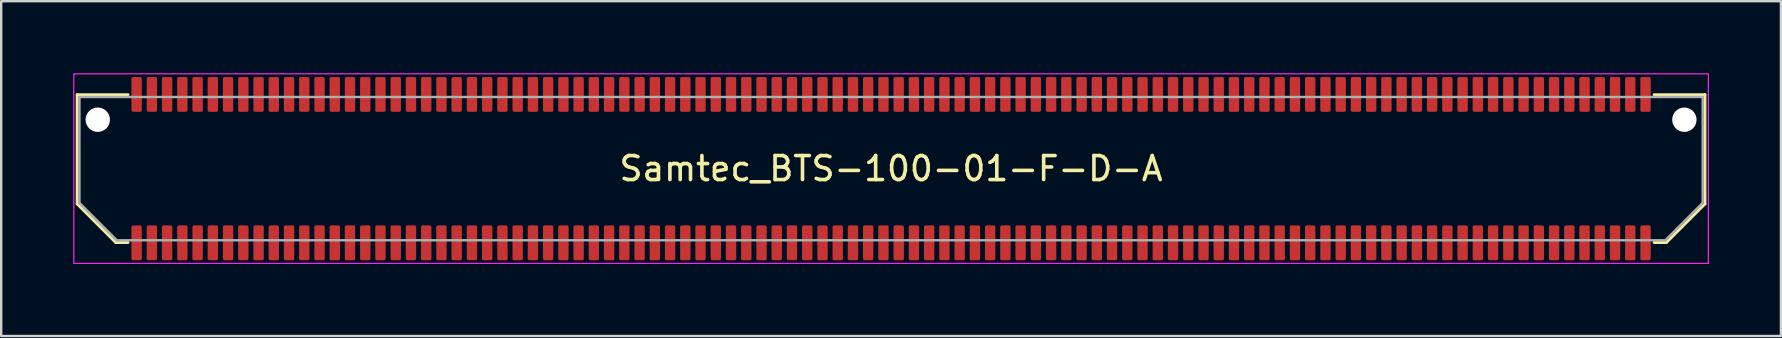
<source format=kicad_pcb>
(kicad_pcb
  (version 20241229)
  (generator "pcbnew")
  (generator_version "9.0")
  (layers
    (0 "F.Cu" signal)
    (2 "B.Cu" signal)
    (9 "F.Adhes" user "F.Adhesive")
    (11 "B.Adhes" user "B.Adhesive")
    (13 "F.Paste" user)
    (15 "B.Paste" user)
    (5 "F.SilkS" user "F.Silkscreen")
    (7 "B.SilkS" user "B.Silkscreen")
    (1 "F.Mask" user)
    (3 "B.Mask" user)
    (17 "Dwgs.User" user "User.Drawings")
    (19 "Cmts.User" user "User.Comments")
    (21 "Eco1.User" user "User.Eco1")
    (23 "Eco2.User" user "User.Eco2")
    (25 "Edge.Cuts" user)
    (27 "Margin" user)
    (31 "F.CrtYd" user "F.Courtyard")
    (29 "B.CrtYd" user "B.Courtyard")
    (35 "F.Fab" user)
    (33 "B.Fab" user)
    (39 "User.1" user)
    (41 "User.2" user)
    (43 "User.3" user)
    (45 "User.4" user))
  (footprint "Samtec_BTS-100-01-F-D-A"
    (layer "F.Cu")
    (at 34.075 3.975)
    (property "Reference" "Samtec_BTS-100-01-F-D-A" (at 0 0 0) (layer "F.SilkS") (effects (font (size 1 1) (thickness 0.15))))
    (attr smd)
    (fp_line (start -33.91 -3.08) (end -33.91 1.47) (stroke (width 0.12) (type default)) (layer "F.SilkS"))
    (fp_line (start -33.91 -3.08) (end -31.79 -3.08) (stroke (width 0.12) (type default)) (layer "F.SilkS"))
    (fp_line (start -33.91 1.47) (end -32.3 3.08) (stroke (width 0.12) (type default)) (layer "F.SilkS"))
    (fp_line (start -32.3 3.08) (end -31.79 3.08) (stroke (width 0.12) (type default)) (layer "F.SilkS"))
    (fp_line (start 32.3 3.08) (end 31.79 3.08) (stroke (width 0.12) (type default)) (layer "F.SilkS"))
    (fp_line (start 33.91 -3.08) (end 31.79 -3.08) (stroke (width 0.12) (type default)) (layer "F.SilkS"))
    (fp_line (start 33.91 -3.08) (end 33.91 1.47) (stroke (width 0.12) (type default)) (layer "F.SilkS"))
    (fp_line (start 33.91 1.47) (end 32.3 3.08) (stroke (width 0.12) (type default)) (layer "F.SilkS"))
    (fp_rect (start -34.05 -3.95) (end 34.05 3.95) (stroke (width 0.05) (type solid)) (fill no) (layer "F.CrtYd"))
    (fp_line (start -33.815 -2.985) (end -33.815 1.429) (stroke (width 0.1) (type solid)) (layer "F.Fab"))
    (fp_line (start -33.815 -2.985) (end 33.815 -2.985) (stroke (width 0.1) (type solid)) (layer "F.Fab"))
    (fp_line (start -32.26 2.985) (end -33.815 1.429) (stroke (width 0.1) (type solid)) (layer "F.Fab"))
    (fp_line (start -32.26 2.985) (end 32.26 2.985) (stroke (width 0.1) (type solid)) (layer "F.Fab"))
    (fp_line (start 32.26 2.985) (end 33.815 1.429) (stroke (width 0.1) (type solid)) (layer "F.Fab"))
    (fp_line (start 33.815 -2.985) (end 33.815 1.429) (stroke (width 0.1) (type solid)) (layer "F.Fab"))
    (pad "" np_thru_hole circle (at -33.052 -2.037) (size 1.016 1.016) (drill 1.016) (layers "*.Cu" "*.Mask"))
    (pad "" np_thru_hole circle (at 33.052 -2.037) (size 1.016 1.016) (drill 1.016) (layers "*.Cu" "*.Mask"))
    (pad "1" smd roundrect (at -31.433 -3.091) (size 0.432 1.448) (layers "F.Cu" "F.Mask" "F.Paste") (roundrect_rratio 0.15))
    (pad "2" smd roundrect (at -31.433 3.091) (size 0.432 1.448) (layers "F.Cu" "F.Mask" "F.Paste") (roundrect_rratio 0.15))
    (pad "3" smd roundrect (at -30.797 -3.091) (size 0.432 1.448) (layers "F.Cu" "F.Mask" "F.Paste") (roundrect_rratio 0.15))
    (pad "4" smd roundrect (at -30.797 3.091) (size 0.432 1.448) (layers "F.Cu" "F.Mask" "F.Paste") (roundrect_rratio 0.15))
    (pad "5" smd roundrect (at -30.163 -3.091) (size 0.432 1.448) (layers "F.Cu" "F.Mask" "F.Paste") (roundrect_rratio 0.15))
    (pad "6" smd roundrect (at -30.163 3.091) (size 0.432 1.448) (layers "F.Cu" "F.Mask" "F.Paste") (roundrect_rratio 0.15))
    (pad "7" smd roundrect (at -29.527 -3.091) (size 0.432 1.448) (layers "F.Cu" "F.Mask" "F.Paste") (roundrect_rratio 0.15))
    (pad "8" smd roundrect (at -29.527 3.091) (size 0.432 1.448) (layers "F.Cu" "F.Mask" "F.Paste") (roundrect_rratio 0.15))
    (pad "9" smd roundrect (at -28.892 -3.091) (size 0.432 1.448) (layers "F.Cu" "F.Mask" "F.Paste") (roundrect_rratio 0.15))
    (pad "10" smd roundrect (at -28.892 3.091) (size 0.432 1.448) (layers "F.Cu" "F.Mask" "F.Paste") (roundrect_rratio 0.15))
    (pad "11" smd roundrect (at -28.258 -3.091) (size 0.432 1.448) (layers "F.Cu" "F.Mask" "F.Paste") (roundrect_rratio 0.15))
    (pad "12" smd roundrect (at -28.258 3.091) (size 0.432 1.448) (layers "F.Cu" "F.Mask" "F.Paste") (roundrect_rratio 0.15))
    (pad "13" smd roundrect (at -27.622 -3.091) (size 0.432 1.448) (layers "F.Cu" "F.Mask" "F.Paste") (roundrect_rratio 0.15))
    (pad "14" smd roundrect (at -27.622 3.091) (size 0.432 1.448) (layers "F.Cu" "F.Mask" "F.Paste") (roundrect_rratio 0.15))
    (pad "15" smd roundrect (at -26.988 -3.091) (size 0.432 1.448) (layers "F.Cu" "F.Mask" "F.Paste") (roundrect_rratio 0.15))
    (pad "16" smd roundrect (at -26.988 3.091) (size 0.432 1.448) (layers "F.Cu" "F.Mask" "F.Paste") (roundrect_rratio 0.15))
    (pad "17" smd roundrect (at -26.352 -3.091) (size 0.432 1.448) (layers "F.Cu" "F.Mask" "F.Paste") (roundrect_rratio 0.15))
    (pad "18" smd roundrect (at -26.352 3.091) (size 0.432 1.448) (layers "F.Cu" "F.Mask" "F.Paste") (roundrect_rratio 0.15))
    (pad "19" smd roundrect (at -25.718 -3.091) (size 0.432 1.448) (layers "F.Cu" "F.Mask" "F.Paste") (roundrect_rratio 0.15))
    (pad "20" smd roundrect (at -25.718 3.091) (size 0.432 1.448) (layers "F.Cu" "F.Mask" "F.Paste") (roundrect_rratio 0.15))
    (pad "21" smd roundrect (at -25.082 -3.091) (size 0.432 1.448) (layers "F.Cu" "F.Mask" "F.Paste") (roundrect_rratio 0.15))
    (pad "22" smd roundrect (at -25.082 3.091) (size 0.432 1.448) (layers "F.Cu" "F.Mask" "F.Paste") (roundrect_rratio 0.15))
    (pad "23" smd roundrect (at -24.448 -3.091) (size 0.432 1.448) (layers "F.Cu" "F.Mask" "F.Paste") (roundrect_rratio 0.15))
    (pad "24" smd roundrect (at -24.448 3.091) (size 0.432 1.448) (layers "F.Cu" "F.Mask" "F.Paste") (roundrect_rratio 0.15))
    (pad "25" smd roundrect (at -23.812 -3.091) (size 0.432 1.448) (layers "F.Cu" "F.Mask" "F.Paste") (roundrect_rratio 0.15))
    (pad "26" smd roundrect (at -23.812 3.091) (size 0.432 1.448) (layers "F.Cu" "F.Mask" "F.Paste") (roundrect_rratio 0.15))
    (pad "27" smd roundrect (at -23.177 -3.091) (size 0.432 1.448) (layers "F.Cu" "F.Mask" "F.Paste") (roundrect_rratio 0.15))
    (pad "28" smd roundrect (at -23.177 3.091) (size 0.432 1.448) (layers "F.Cu" "F.Mask" "F.Paste") (roundrect_rratio 0.15))
    (pad "29" smd roundrect (at -22.543 -3.091) (size 0.432 1.448) (layers "F.Cu" "F.Mask" "F.Paste") (roundrect_rratio 0.15))
    (pad "30" smd roundrect (at -22.543 3.091) (size 0.432 1.448) (layers "F.Cu" "F.Mask" "F.Paste") (roundrect_rratio 0.15))
    (pad "31" smd roundrect (at -21.907 -3.091) (size 0.432 1.448) (layers "F.Cu" "F.Mask" "F.Paste") (roundrect_rratio 0.15))
    (pad "32" smd roundrect (at -21.907 3.091) (size 0.432 1.448) (layers "F.Cu" "F.Mask" "F.Paste") (roundrect_rratio 0.15))
    (pad "33" smd roundrect (at -21.273 -3.091) (size 0.432 1.448) (layers "F.Cu" "F.Mask" "F.Paste") (roundrect_rratio 0.15))
    (pad "34" smd roundrect (at -21.273 3.091) (size 0.432 1.448) (layers "F.Cu" "F.Mask" "F.Paste") (roundrect_rratio 0.15))
    (pad "35" smd roundrect (at -20.637 -3.091) (size 0.432 1.448) (layers "F.Cu" "F.Mask" "F.Paste") (roundrect_rratio 0.15))
    (pad "36" smd roundrect (at -20.637 3.091) (size 0.432 1.448) (layers "F.Cu" "F.Mask" "F.Paste") (roundrect_rratio 0.15))
    (pad "37" smd roundrect (at -20.003 -3.091) (size 0.432 1.448) (layers "F.Cu" "F.Mask" "F.Paste") (roundrect_rratio 0.15))
    (pad "38" smd roundrect (at -20.003 3.091) (size 0.432 1.448) (layers "F.Cu" "F.Mask" "F.Paste") (roundrect_rratio 0.15))
    (pad "39" smd roundrect (at -19.367 -3.091) (size 0.432 1.448) (layers "F.Cu" "F.Mask" "F.Paste") (roundrect_rratio 0.15))
    (pad "40" smd roundrect (at -19.367 3.091) (size 0.432 1.448) (layers "F.Cu" "F.Mask" "F.Paste") (roundrect_rratio 0.15))
    (pad "41" smd roundrect (at -18.733 -3.091) (size 0.432 1.448) (layers "F.Cu" "F.Mask" "F.Paste") (roundrect_rratio 0.15))
    (pad "42" smd roundrect (at -18.733 3.091) (size 0.432 1.448) (layers "F.Cu" "F.Mask" "F.Paste") (roundrect_rratio 0.15))
    (pad "43" smd roundrect (at -18.098 -3.091) (size 0.432 1.448) (layers "F.Cu" "F.Mask" "F.Paste") (roundrect_rratio 0.15))
    (pad "44" smd roundrect (at -18.098 3.091) (size 0.432 1.448) (layers "F.Cu" "F.Mask" "F.Paste") (roundrect_rratio 0.15))
    (pad "45" smd roundrect (at -17.462 -3.091) (size 0.432 1.448) (layers "F.Cu" "F.Mask" "F.Paste") (roundrect_rratio 0.15))
    (pad "46" smd roundrect (at -17.462 3.091) (size 0.432 1.448) (layers "F.Cu" "F.Mask" "F.Paste") (roundrect_rratio 0.15))
    (pad "47" smd roundrect (at -16.828 -3.091) (size 0.432 1.448) (layers "F.Cu" "F.Mask" "F.Paste") (roundrect_rratio 0.15))
    (pad "48" smd roundrect (at -16.828 3.091) (size 0.432 1.448) (layers "F.Cu" "F.Mask" "F.Paste") (roundrect_rratio 0.15))
    (pad "49" smd roundrect (at -16.192 -3.091) (size 0.432 1.448) (layers "F.Cu" "F.Mask" "F.Paste") (roundrect_rratio 0.15))
    (pad "50" smd roundrect (at -16.192 3.091) (size 0.432 1.448) (layers "F.Cu" "F.Mask" "F.Paste") (roundrect_rratio 0.15))
    (pad "51" smd roundrect (at -15.557 -3.091) (size 0.432 1.448) (layers "F.Cu" "F.Mask" "F.Paste") (roundrect_rratio 0.15))
    (pad "52" smd roundrect (at -15.557 3.091) (size 0.432 1.448) (layers "F.Cu" "F.Mask" "F.Paste") (roundrect_rratio 0.15))
    (pad "53" smd roundrect (at -14.922 -3.091) (size 0.432 1.448) (layers "F.Cu" "F.Mask" "F.Paste") (roundrect_rratio 0.15))
    (pad "54" smd roundrect (at -14.922 3.091) (size 0.432 1.448) (layers "F.Cu" "F.Mask" "F.Paste") (roundrect_rratio 0.15))
    (pad "55" smd roundrect (at -14.287 -3.091) (size 0.432 1.448) (layers "F.Cu" "F.Mask" "F.Paste") (roundrect_rratio 0.15))
    (pad "56" smd roundrect (at -14.287 3.091) (size 0.432 1.448) (layers "F.Cu" "F.Mask" "F.Paste") (roundrect_rratio 0.15))
    (pad "57" smd roundrect (at -13.652 -3.091) (size 0.432 1.448) (layers "F.Cu" "F.Mask" "F.Paste") (roundrect_rratio 0.15))
    (pad "58" smd roundrect (at -13.652 3.091) (size 0.432 1.448) (layers "F.Cu" "F.Mask" "F.Paste") (roundrect_rratio 0.15))
    (pad "59" smd roundrect (at -13.018 -3.091) (size 0.432 1.448) (layers "F.Cu" "F.Mask" "F.Paste") (roundrect_rratio 0.15))
    (pad "60" smd roundrect (at -13.018 3.091) (size 0.432 1.448) (layers "F.Cu" "F.Mask" "F.Paste") (roundrect_rratio 0.15))
    (pad "61" smd roundrect (at -12.383 -3.091) (size 0.432 1.448) (layers "F.Cu" "F.Mask" "F.Paste") (roundrect_rratio 0.15))
    (pad "62" smd roundrect (at -12.383 3.091) (size 0.432 1.448) (layers "F.Cu" "F.Mask" "F.Paste") (roundrect_rratio 0.15))
    (pad "63" smd roundrect (at -11.748 -3.091) (size 0.432 1.448) (layers "F.Cu" "F.Mask" "F.Paste") (roundrect_rratio 0.15))
    (pad "64" smd roundrect (at -11.748 3.091) (size 0.432 1.448) (layers "F.Cu" "F.Mask" "F.Paste") (roundrect_rratio 0.15))
    (pad "65" smd roundrect (at -11.113 -3.091) (size 0.432 1.448) (layers "F.Cu" "F.Mask" "F.Paste") (roundrect_rratio 0.15))
    (pad "66" smd roundrect (at -11.113 3.091) (size 0.432 1.448) (layers "F.Cu" "F.Mask" "F.Paste") (roundrect_rratio 0.15))
    (pad "67" smd roundrect (at -10.477 -3.091) (size 0.432 1.448) (layers "F.Cu" "F.Mask" "F.Paste") (roundrect_rratio 0.15))
    (pad "68" smd roundrect (at -10.477 3.091) (size 0.432 1.448) (layers "F.Cu" "F.Mask" "F.Paste") (roundrect_rratio 0.15))
    (pad "69" smd roundrect (at -9.842 -3.091) (size 0.432 1.448) (layers "F.Cu" "F.Mask" "F.Paste") (roundrect_rratio 0.15))
    (pad "70" smd roundrect (at -9.842 3.091) (size 0.432 1.448) (layers "F.Cu" "F.Mask" "F.Paste") (roundrect_rratio 0.15))
    (pad "71" smd roundrect (at -9.207 -3.091) (size 0.432 1.448) (layers "F.Cu" "F.Mask" "F.Paste") (roundrect_rratio 0.15))
    (pad "72" smd roundrect (at -9.207 3.091) (size 0.432 1.448) (layers "F.Cu" "F.Mask" "F.Paste") (roundrect_rratio 0.15))
    (pad "73" smd roundrect (at -8.572 -3.091) (size 0.432 1.448) (layers "F.Cu" "F.Mask" "F.Paste") (roundrect_rratio 0.15))
    (pad "74" smd roundrect (at -8.572 3.091) (size 0.432 1.448) (layers "F.Cu" "F.Mask" "F.Paste") (roundrect_rratio 0.15))
    (pad "75" smd roundrect (at -7.938 -3.091) (size 0.432 1.448) (layers "F.Cu" "F.Mask" "F.Paste") (roundrect_rratio 0.15))
    (pad "76" smd roundrect (at -7.938 3.091) (size 0.432 1.448) (layers "F.Cu" "F.Mask" "F.Paste") (roundrect_rratio 0.15))
    (pad "77" smd roundrect (at -7.303 -3.091) (size 0.432 1.448) (layers "F.Cu" "F.Mask" "F.Paste") (roundrect_rratio 0.15))
    (pad "78" smd roundrect (at -7.303 3.091) (size 0.432 1.448) (layers "F.Cu" "F.Mask" "F.Paste") (roundrect_rratio 0.15))
    (pad "79" smd roundrect (at -6.668 -3.091) (size 0.432 1.448) (layers "F.Cu" "F.Mask" "F.Paste") (roundrect_rratio 0.15))
    (pad "80" smd roundrect (at -6.668 3.091) (size 0.432 1.448) (layers "F.Cu" "F.Mask" "F.Paste") (roundrect_rratio 0.15))
    (pad "81" smd roundrect (at -6.032 -3.091) (size 0.432 1.448) (layers "F.Cu" "F.Mask" "F.Paste") (roundrect_rratio 0.15))
    (pad "82" smd roundrect (at -6.032 3.091) (size 0.432 1.448) (layers "F.Cu" "F.Mask" "F.Paste") (roundrect_rratio 0.15))
    (pad "83" smd roundrect (at -5.397 -3.091) (size 0.432 1.448) (layers "F.Cu" "F.Mask" "F.Paste") (roundrect_rratio 0.15))
    (pad "84" smd roundrect (at -5.397 3.091) (size 0.432 1.448) (layers "F.Cu" "F.Mask" "F.Paste") (roundrect_rratio 0.15))
    (pad "85" smd roundrect (at -4.763 -3.091) (size 0.432 1.448) (layers "F.Cu" "F.Mask" "F.Paste") (roundrect_rratio 0.15))
    (pad "86" smd roundrect (at -4.763 3.091) (size 0.432 1.448) (layers "F.Cu" "F.Mask" "F.Paste") (roundrect_rratio 0.15))
    (pad "87" smd roundrect (at -4.128 -3.091) (size 0.432 1.448) (layers "F.Cu" "F.Mask" "F.Paste") (roundrect_rratio 0.15))
    (pad "88" smd roundrect (at -4.128 3.091) (size 0.432 1.448) (layers "F.Cu" "F.Mask" "F.Paste") (roundrect_rratio 0.15))
    (pad "89" smd roundrect (at -3.493 -3.091) (size 0.432 1.448) (layers "F.Cu" "F.Mask" "F.Paste") (roundrect_rratio 0.15))
    (pad "90" smd roundrect (at -3.493 3.091) (size 0.432 1.448) (layers "F.Cu" "F.Mask" "F.Paste") (roundrect_rratio 0.15))
    (pad "91" smd roundrect (at -2.857 -3.091) (size 0.432 1.448) (layers "F.Cu" "F.Mask" "F.Paste") (roundrect_rratio 0.15))
    (pad "92" smd roundrect (at -2.857 3.091) (size 0.432 1.448) (layers "F.Cu" "F.Mask" "F.Paste") (roundrect_rratio 0.15))
    (pad "93" smd roundrect (at -2.223 -3.091) (size 0.432 1.448) (layers "F.Cu" "F.Mask" "F.Paste") (roundrect_rratio 0.15))
    (pad "94" smd roundrect (at -2.223 3.091) (size 0.432 1.448) (layers "F.Cu" "F.Mask" "F.Paste") (roundrect_rratio 0.15))
    (pad "95" smd roundrect (at -1.587 -3.091) (size 0.432 1.448) (layers "F.Cu" "F.Mask" "F.Paste") (roundrect_rratio 0.15))
    (pad "96" smd roundrect (at -1.587 3.091) (size 0.432 1.448) (layers "F.Cu" "F.Mask" "F.Paste") (roundrect_rratio 0.15))
    (pad "97" smd roundrect (at -0.953 -3.091) (size 0.432 1.448) (layers "F.Cu" "F.Mask" "F.Paste") (roundrect_rratio 0.15))
    (pad "98" smd roundrect (at -0.953 3.091) (size 0.432 1.448) (layers "F.Cu" "F.Mask" "F.Paste") (roundrect_rratio 0.15))
    (pad "99" smd roundrect (at -0.318 -3.091) (size 0.432 1.448) (layers "F.Cu" "F.Mask" "F.Paste") (roundrect_rratio 0.15))
    (pad "100" smd roundrect (at -0.318 3.091) (size 0.432 1.448) (layers "F.Cu" "F.Mask" "F.Paste") (roundrect_rratio 0.15))
    (pad "101" smd roundrect (at 0.318 -3.091) (size 0.432 1.448) (layers "F.Cu" "F.Mask" "F.Paste") (roundrect_rratio 0.15))
    (pad "102" smd roundrect (at 0.318 3.091) (size 0.432 1.448) (layers "F.Cu" "F.Mask" "F.Paste") (roundrect_rratio 0.15))
    (pad "103" smd roundrect (at 0.953 -3.091) (size 0.432 1.448) (layers "F.Cu" "F.Mask" "F.Paste") (roundrect_rratio 0.15))
    (pad "104" smd roundrect (at 0.953 3.091) (size 0.432 1.448) (layers "F.Cu" "F.Mask" "F.Paste") (roundrect_rratio 0.15))
    (pad "105" smd roundrect (at 1.587 -3.091) (size 0.432 1.448) (layers "F.Cu" "F.Mask" "F.Paste") (roundrect_rratio 0.15))
    (pad "106" smd roundrect (at 1.587 3.091) (size 0.432 1.448) (layers "F.Cu" "F.Mask" "F.Paste") (roundrect_rratio 0.15))
    (pad "107" smd roundrect (at 2.223 -3.091) (size 0.432 1.448) (layers "F.Cu" "F.Mask" "F.Paste") (roundrect_rratio 0.15))
    (pad "108" smd roundrect (at 2.223 3.091) (size 0.432 1.448) (layers "F.Cu" "F.Mask" "F.Paste") (roundrect_rratio 0.15))
    (pad "109" smd roundrect (at 2.857 -3.091) (size 0.432 1.448) (layers "F.Cu" "F.Mask" "F.Paste") (roundrect_rratio 0.15))
    (pad "110" smd roundrect (at 2.857 3.091) (size 0.432 1.448) (layers "F.Cu" "F.Mask" "F.Paste") (roundrect_rratio 0.15))
    (pad "111" smd roundrect (at 3.493 -3.091) (size 0.432 1.448) (layers "F.Cu" "F.Mask" "F.Paste") (roundrect_rratio 0.15))
    (pad "112" smd roundrect (at 3.493 3.091) (size 0.432 1.448) (layers "F.Cu" "F.Mask" "F.Paste") (roundrect_rratio 0.15))
    (pad "113" smd roundrect (at 4.128 -3.091) (size 0.432 1.448) (layers "F.Cu" "F.Mask" "F.Paste") (roundrect_rratio 0.15))
    (pad "114" smd roundrect (at 4.128 3.091) (size 0.432 1.448) (layers "F.Cu" "F.Mask" "F.Paste") (roundrect_rratio 0.15))
    (pad "115" smd roundrect (at 4.763 -3.091) (size 0.432 1.448) (layers "F.Cu" "F.Mask" "F.Paste") (roundrect_rratio 0.15))
    (pad "116" smd roundrect (at 4.763 3.091) (size 0.432 1.448) (layers "F.Cu" "F.Mask" "F.Paste") (roundrect_rratio 0.15))
    (pad "117" smd roundrect (at 5.397 -3.091) (size 0.432 1.448) (layers "F.Cu" "F.Mask" "F.Paste") (roundrect_rratio 0.15))
    (pad "118" smd roundrect (at 5.397 3.091) (size 0.432 1.448) (layers "F.Cu" "F.Mask" "F.Paste") (roundrect_rratio 0.15))
    (pad "119" smd roundrect (at 6.032 -3.091) (size 0.432 1.448) (layers "F.Cu" "F.Mask" "F.Paste") (roundrect_rratio 0.15))
    (pad "120" smd roundrect (at 6.032 3.091) (size 0.432 1.448) (layers "F.Cu" "F.Mask" "F.Paste") (roundrect_rratio 0.15))
    (pad "121" smd roundrect (at 6.668 -3.091) (size 0.432 1.448) (layers "F.Cu" "F.Mask" "F.Paste") (roundrect_rratio 0.15))
    (pad "122" smd roundrect (at 6.668 3.091) (size 0.432 1.448) (layers "F.Cu" "F.Mask" "F.Paste") (roundrect_rratio 0.15))
    (pad "123" smd roundrect (at 7.303 -3.091) (size 0.432 1.448) (layers "F.Cu" "F.Mask" "F.Paste") (roundrect_rratio 0.15))
    (pad "124" smd roundrect (at 7.303 3.091) (size 0.432 1.448) (layers "F.Cu" "F.Mask" "F.Paste") (roundrect_rratio 0.15))
    (pad "125" smd roundrect (at 7.938 -3.091) (size 0.432 1.448) (layers "F.Cu" "F.Mask" "F.Paste") (roundrect_rratio 0.15))
    (pad "126" smd roundrect (at 7.938 3.091) (size 0.432 1.448) (layers "F.Cu" "F.Mask" "F.Paste") (roundrect_rratio 0.15))
    (pad "127" smd roundrect (at 8.572 -3.091) (size 0.432 1.448) (layers "F.Cu" "F.Mask" "F.Paste") (roundrect_rratio 0.15))
    (pad "128" smd roundrect (at 8.572 3.091) (size 0.432 1.448) (layers "F.Cu" "F.Mask" "F.Paste") (roundrect_rratio 0.15))
    (pad "129" smd roundrect (at 9.207 -3.091) (size 0.432 1.448) (layers "F.Cu" "F.Mask" "F.Paste") (roundrect_rratio 0.15))
    (pad "130" smd roundrect (at 9.207 3.091) (size 0.432 1.448) (layers "F.Cu" "F.Mask" "F.Paste") (roundrect_rratio 0.15))
    (pad "131" smd roundrect (at 9.842 -3.091) (size 0.432 1.448) (layers "F.Cu" "F.Mask" "F.Paste") (roundrect_rratio 0.15))
    (pad "132" smd roundrect (at 9.842 3.091) (size 0.432 1.448) (layers "F.Cu" "F.Mask" "F.Paste") (roundrect_rratio 0.15))
    (pad "133" smd roundrect (at 10.477 -3.091) (size 0.432 1.448) (layers "F.Cu" "F.Mask" "F.Paste") (roundrect_rratio 0.15))
    (pad "134" smd roundrect (at 10.477 3.091) (size 0.432 1.448) (layers "F.Cu" "F.Mask" "F.Paste") (roundrect_rratio 0.15))
    (pad "135" smd roundrect (at 11.113 -3.091) (size 0.432 1.448) (layers "F.Cu" "F.Mask" "F.Paste") (roundrect_rratio 0.15))
    (pad "136" smd roundrect (at 11.113 3.091) (size 0.432 1.448) (layers "F.Cu" "F.Mask" "F.Paste") (roundrect_rratio 0.15))
    (pad "137" smd roundrect (at 11.748 -3.091) (size 0.432 1.448) (layers "F.Cu" "F.Mask" "F.Paste") (roundrect_rratio 0.15))
    (pad "138" smd roundrect (at 11.748 3.091) (size 0.432 1.448) (layers "F.Cu" "F.Mask" "F.Paste") (roundrect_rratio 0.15))
    (pad "139" smd roundrect (at 12.383 -3.091) (size 0.432 1.448) (layers "F.Cu" "F.Mask" "F.Paste") (roundrect_rratio 0.15))
    (pad "140" smd roundrect (at 12.383 3.091) (size 0.432 1.448) (layers "F.Cu" "F.Mask" "F.Paste") (roundrect_rratio 0.15))
    (pad "141" smd roundrect (at 13.018 -3.091) (size 0.432 1.448) (layers "F.Cu" "F.Mask" "F.Paste") (roundrect_rratio 0.15))
    (pad "142" smd roundrect (at 13.018 3.091) (size 0.432 1.448) (layers "F.Cu" "F.Mask" "F.Paste") (roundrect_rratio 0.15))
    (pad "143" smd roundrect (at 13.652 -3.091) (size 0.432 1.448) (layers "F.Cu" "F.Mask" "F.Paste") (roundrect_rratio 0.15))
    (pad "144" smd roundrect (at 13.652 3.091) (size 0.432 1.448) (layers "F.Cu" "F.Mask" "F.Paste") (roundrect_rratio 0.15))
    (pad "145" smd roundrect (at 14.287 -3.091) (size 0.432 1.448) (layers "F.Cu" "F.Mask" "F.Paste") (roundrect_rratio 0.15))
    (pad "146" smd roundrect (at 14.287 3.091) (size 0.432 1.448) (layers "F.Cu" "F.Mask" "F.Paste") (roundrect_rratio 0.15))
    (pad "147" smd roundrect (at 14.922 -3.091) (size 0.432 1.448) (layers "F.Cu" "F.Mask" "F.Paste") (roundrect_rratio 0.15))
    (pad "148" smd roundrect (at 14.922 3.091) (size 0.432 1.448) (layers "F.Cu" "F.Mask" "F.Paste") (roundrect_rratio 0.15))
    (pad "149" smd roundrect (at 15.557 -3.091) (size 0.432 1.448) (layers "F.Cu" "F.Mask" "F.Paste") (roundrect_rratio 0.15))
    (pad "150" smd roundrect (at 15.557 3.091) (size 0.432 1.448) (layers "F.Cu" "F.Mask" "F.Paste") (roundrect_rratio 0.15))
    (pad "151" smd roundrect (at 16.192 -3.091) (size 0.432 1.448) (layers "F.Cu" "F.Mask" "F.Paste") (roundrect_rratio 0.15))
    (pad "152" smd roundrect (at 16.192 3.091) (size 0.432 1.448) (layers "F.Cu" "F.Mask" "F.Paste") (roundrect_rratio 0.15))
    (pad "153" smd roundrect (at 16.828 -3.091) (size 0.432 1.448) (layers "F.Cu" "F.Mask" "F.Paste") (roundrect_rratio 0.15))
    (pad "154" smd roundrect (at 16.828 3.091) (size 0.432 1.448) (layers "F.Cu" "F.Mask" "F.Paste") (roundrect_rratio 0.15))
    (pad "155" smd roundrect (at 17.462 -3.091) (size 0.432 1.448) (layers "F.Cu" "F.Mask" "F.Paste") (roundrect_rratio 0.15))
    (pad "156" smd roundrect (at 17.462 3.091) (size 0.432 1.448) (layers "F.Cu" "F.Mask" "F.Paste") (roundrect_rratio 0.15))
    (pad "157" smd roundrect (at 18.098 -3.091) (size 0.432 1.448) (layers "F.Cu" "F.Mask" "F.Paste") (roundrect_rratio 0.15))
    (pad "158" smd roundrect (at 18.098 3.091) (size 0.432 1.448) (layers "F.Cu" "F.Mask" "F.Paste") (roundrect_rratio 0.15))
    (pad "159" smd roundrect (at 18.733 -3.091) (size 0.432 1.448) (layers "F.Cu" "F.Mask" "F.Paste") (roundrect_rratio 0.15))
    (pad "160" smd roundrect (at 18.733 3.091) (size 0.432 1.448) (layers "F.Cu" "F.Mask" "F.Paste") (roundrect_rratio 0.15))
    (pad "161" smd roundrect (at 19.367 -3.091) (size 0.432 1.448) (layers "F.Cu" "F.Mask" "F.Paste") (roundrect_rratio 0.15))
    (pad "162" smd roundrect (at 19.367 3.091) (size 0.432 1.448) (layers "F.Cu" "F.Mask" "F.Paste") (roundrect_rratio 0.15))
    (pad "163" smd roundrect (at 20.003 -3.091) (size 0.432 1.448) (layers "F.Cu" "F.Mask" "F.Paste") (roundrect_rratio 0.15))
    (pad "164" smd roundrect (at 20.003 3.091) (size 0.432 1.448) (layers "F.Cu" "F.Mask" "F.Paste") (roundrect_rratio 0.15))
    (pad "165" smd roundrect (at 20.637 -3.091) (size 0.432 1.448) (layers "F.Cu" "F.Mask" "F.Paste") (roundrect_rratio 0.15))
    (pad "166" smd roundrect (at 20.637 3.091) (size 0.432 1.448) (layers "F.Cu" "F.Mask" "F.Paste") (roundrect_rratio 0.15))
    (pad "167" smd roundrect (at 21.273 -3.091) (size 0.432 1.448) (layers "F.Cu" "F.Mask" "F.Paste") (roundrect_rratio 0.15))
    (pad "168" smd roundrect (at 21.273 3.091) (size 0.432 1.448) (layers "F.Cu" "F.Mask" "F.Paste") (roundrect_rratio 0.15))
    (pad "169" smd roundrect (at 21.907 -3.091) (size 0.432 1.448) (layers "F.Cu" "F.Mask" "F.Paste") (roundrect_rratio 0.15))
    (pad "170" smd roundrect (at 21.907 3.091) (size 0.432 1.448) (layers "F.Cu" "F.Mask" "F.Paste") (roundrect_rratio 0.15))
    (pad "171" smd roundrect (at 22.543 -3.091) (size 0.432 1.448) (layers "F.Cu" "F.Mask" "F.Paste") (roundrect_rratio 0.15))
    (pad "172" smd roundrect (at 22.543 3.091) (size 0.432 1.448) (layers "F.Cu" "F.Mask" "F.Paste") (roundrect_rratio 0.15))
    (pad "173" smd roundrect (at 23.177 -3.091) (size 0.432 1.448) (layers "F.Cu" "F.Mask" "F.Paste") (roundrect_rratio 0.15))
    (pad "174" smd roundrect (at 23.177 3.091) (size 0.432 1.448) (layers "F.Cu" "F.Mask" "F.Paste") (roundrect_rratio 0.15))
    (pad "175" smd roundrect (at 23.812 -3.091) (size 0.432 1.448) (layers "F.Cu" "F.Mask" "F.Paste") (roundrect_rratio 0.15))
    (pad "176" smd roundrect (at 23.812 3.091) (size 0.432 1.448) (layers "F.Cu" "F.Mask" "F.Paste") (roundrect_rratio 0.15))
    (pad "177" smd roundrect (at 24.448 -3.091) (size 0.432 1.448) (layers "F.Cu" "F.Mask" "F.Paste") (roundrect_rratio 0.15))
    (pad "178" smd roundrect (at 24.448 3.091) (size 0.432 1.448) (layers "F.Cu" "F.Mask" "F.Paste") (roundrect_rratio 0.15))
    (pad "179" smd roundrect (at 25.082 -3.091) (size 0.432 1.448) (layers "F.Cu" "F.Mask" "F.Paste") (roundrect_rratio 0.15))
    (pad "180" smd roundrect (at 25.082 3.091) (size 0.432 1.448) (layers "F.Cu" "F.Mask" "F.Paste") (roundrect_rratio 0.15))
    (pad "181" smd roundrect (at 25.718 -3.091) (size 0.432 1.448) (layers "F.Cu" "F.Mask" "F.Paste") (roundrect_rratio 0.15))
    (pad "182" smd roundrect (at 25.718 3.091) (size 0.432 1.448) (layers "F.Cu" "F.Mask" "F.Paste") (roundrect_rratio 0.15))
    (pad "183" smd roundrect (at 26.352 -3.091) (size 0.432 1.448) (layers "F.Cu" "F.Mask" "F.Paste") (roundrect_rratio 0.15))
    (pad "184" smd roundrect (at 26.352 3.091) (size 0.432 1.448) (layers "F.Cu" "F.Mask" "F.Paste") (roundrect_rratio 0.15))
    (pad "185" smd roundrect (at 26.988 -3.091) (size 0.432 1.448) (layers "F.Cu" "F.Mask" "F.Paste") (roundrect_rratio 0.15))
    (pad "186" smd roundrect (at 26.988 3.091) (size 0.432 1.448) (layers "F.Cu" "F.Mask" "F.Paste") (roundrect_rratio 0.15))
    (pad "187" smd roundrect (at 27.622 -3.091) (size 0.432 1.448) (layers "F.Cu" "F.Mask" "F.Paste") (roundrect_rratio 0.15))
    (pad "188" smd roundrect (at 27.622 3.091) (size 0.432 1.448) (layers "F.Cu" "F.Mask" "F.Paste") (roundrect_rratio 0.15))
    (pad "189" smd roundrect (at 28.258 -3.091) (size 0.432 1.448) (layers "F.Cu" "F.Mask" "F.Paste") (roundrect_rratio 0.15))
    (pad "190" smd roundrect (at 28.258 3.091) (size 0.432 1.448) (layers "F.Cu" "F.Mask" "F.Paste") (roundrect_rratio 0.15))
    (pad "191" smd roundrect (at 28.892 -3.091) (size 0.432 1.448) (layers "F.Cu" "F.Mask" "F.Paste") (roundrect_rratio 0.15))
    (pad "192" smd roundrect (at 28.892 3.091) (size 0.432 1.448) (layers "F.Cu" "F.Mask" "F.Paste") (roundrect_rratio 0.15))
    (pad "193" smd roundrect (at 29.527 -3.091) (size 0.432 1.448) (layers "F.Cu" "F.Mask" "F.Paste") (roundrect_rratio 0.15))
    (pad "194" smd roundrect (at 29.527 3.091) (size 0.432 1.448) (layers "F.Cu" "F.Mask" "F.Paste") (roundrect_rratio 0.15))
    (pad "195" smd roundrect (at 30.163 -3.091) (size 0.432 1.448) (layers "F.Cu" "F.Mask" "F.Paste") (roundrect_rratio 0.15))
    (pad "196" smd roundrect (at 30.163 3.091) (size 0.432 1.448) (layers "F.Cu" "F.Mask" "F.Paste") (roundrect_rratio 0.15))
    (pad "197" smd roundrect (at 30.797 -3.091) (size 0.432 1.448) (layers "F.Cu" "F.Mask" "F.Paste") (roundrect_rratio 0.15))
    (pad "198" smd roundrect (at 30.797 3.091) (size 0.432 1.448) (layers "F.Cu" "F.Mask" "F.Paste") (roundrect_rratio 0.15))
    (pad "199" smd roundrect (at 31.433 -3.091) (size 0.432 1.448) (layers "F.Cu" "F.Mask" "F.Paste") (roundrect_rratio 0.15))
    (pad "200" smd roundrect (at 31.433 3.091) (size 0.432 1.448) (layers "F.Cu" "F.Mask" "F.Paste") (roundrect_rratio 0.15)))
  (gr_rect
    (start -3 -3)
    (end 71.15 10.95)
    (stroke (width 0.1) (type default))
    (fill no)
    (layer "Edge.Cuts")))
</source>
